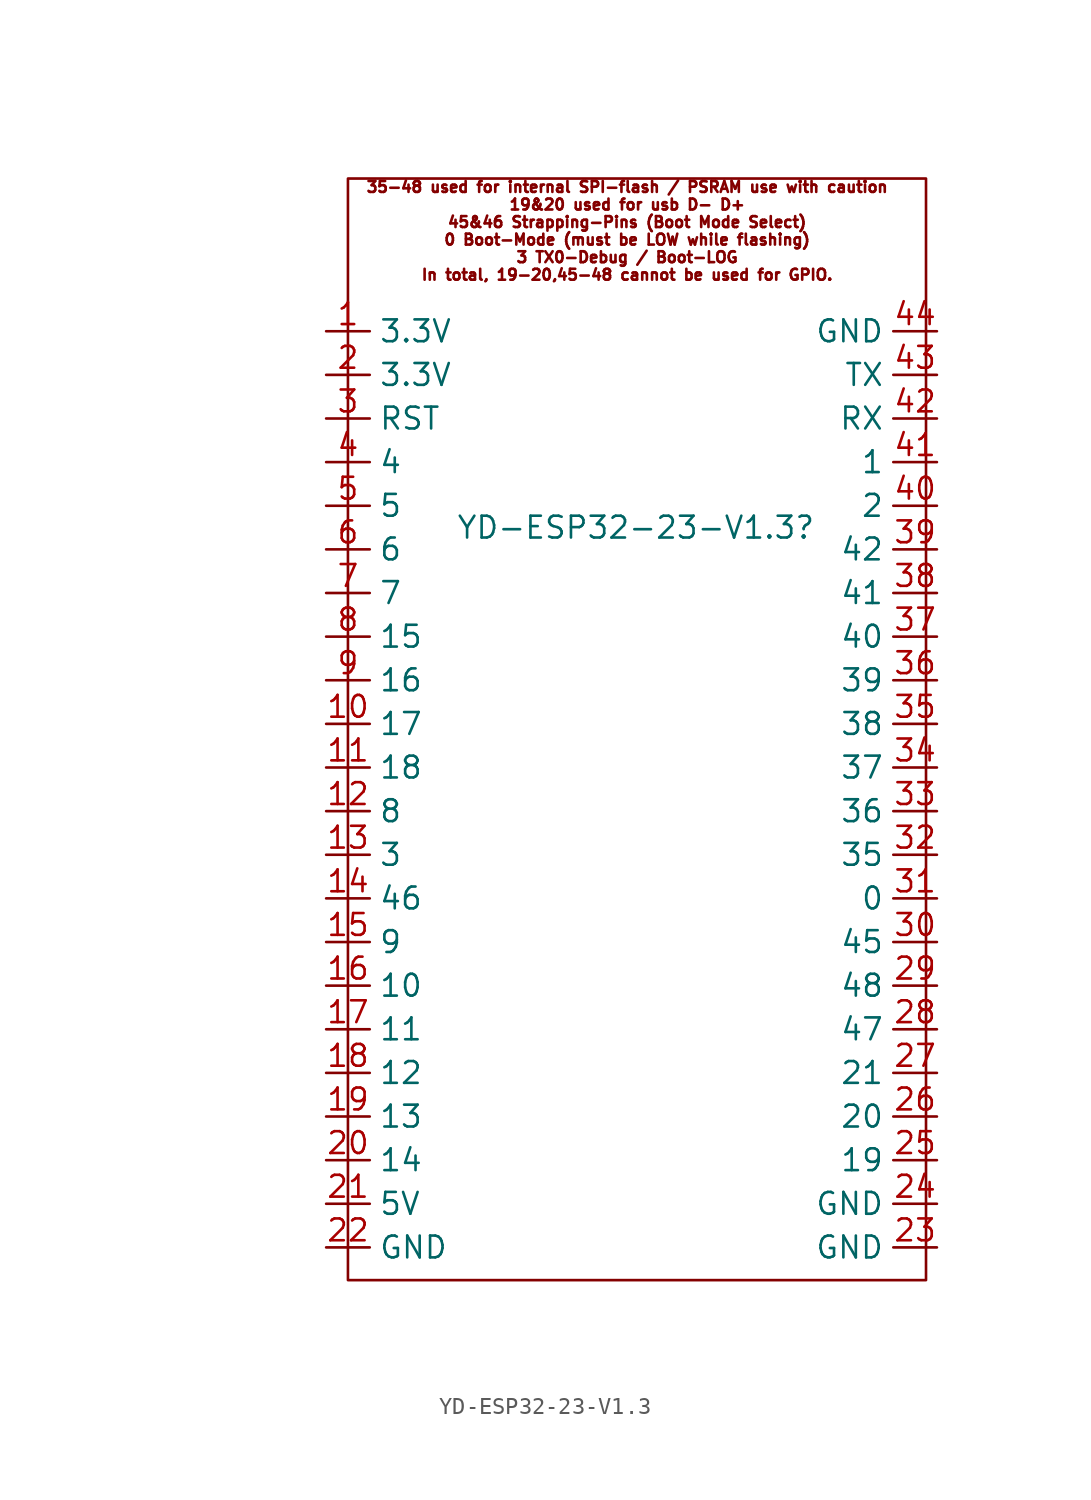
<source format=kicad_sym>
(kicad_symbol_lib
  (version 20241209)
  (generator "kicad_symbol_editor")
  (generator_version "9.0")
  (symbol "YD-ESP32-23-V1.3"
    (property "Reference" "YD-ESP32-23-V1.3"
      (at 28.194 0 0)
      (effects (font (size 1.27 1.27))))
    (property "Value" ""
      (at 0 0 0)
      (effects (font (size 1.27 1.27))))
    (symbol "YD-ESP32-23-V1.3_0_1"
      (rectangle (start 11.43 20.32) (end 45.085 -43.815) (stroke (width 0) (type default)) (fill (type none))))
    (symbol "YD-ESP32-23-V1.3_1_1"
      (text "35-48 used for internal SPI-flash / PSRAM use with caution\n19&20 used for usb D- D+\n45&46 Strapping-Pins (Boot Mode Select)\n0 Boot-Mode (must be LOW while flashing)\n3 TX0-Debug / Boot-LOG\nIn total, 19-20,45-48 cannot be used for GPIO.\n" (at 27.686 17.272 0) (effects (font (size 0.635 0.635))))
      (pin output line (at 10.16 11.43 0) (length 2.54) (name "3.3V" (effects (font (size 1.27 1.27)))) (number "1" (effects (font (size 1.27 1.27)))))
      (pin output line (at 10.16 8.89 0) (length 2.54) (name "3.3V" (effects (font (size 1.27 1.27)))) (number "2" (effects (font (size 1.27 1.27)))))
      (pin input line (at 10.16 6.35 0) (length 2.54) (name "RST" (effects (font (size 1.27 1.27)))) (number "3" (effects (font (size 1.27 1.27)))))
      (pin bidirectional line (at 10.16 3.81 0) (length 2.54) (name "4" (effects (font (size 1.27 1.27)))) (number "4" (effects (font (size 1.27 1.27)))))
      (pin bidirectional line (at 10.16 1.27 0) (length 2.54) (name "5" (effects (font (size 1.27 1.27)))) (number "5" (effects (font (size 1.27 1.27)))))
      (pin bidirectional line (at 10.16 -1.27 0) (length 2.54) (name "6" (effects (font (size 1.27 1.27)))) (number "6" (effects (font (size 1.27 1.27)))))
      (pin bidirectional line (at 10.16 -3.81 0) (length 2.54) (name "7" (effects (font (size 1.27 1.27)))) (number "7" (effects (font (size 1.27 1.27)))))
      (pin bidirectional line (at 10.16 -6.35 0) (length 2.54) (name "15" (effects (font (size 1.27 1.27)))) (number "8" (effects (font (size 1.27 1.27)))))
      (pin bidirectional line (at 10.16 -8.89 0) (length 2.54) (name "16" (effects (font (size 1.27 1.27)))) (number "9" (effects (font (size 1.27 1.27)))))
      (pin bidirectional line (at 10.16 -11.43 0) (length 2.54) (name "17" (effects (font (size 1.27 1.27)))) (number "10" (effects (font (size 1.27 1.27)))))
      (pin bidirectional line (at 10.16 -13.97 0) (length 2.54) (name "18" (effects (font (size 1.27 1.27)))) (number "11" (effects (font (size 1.27 1.27)))))
      (pin bidirectional line (at 10.16 -16.51 0) (length 2.54) (name "8" (effects (font (size 1.27 1.27)))) (number "12" (effects (font (size 1.27 1.27)))))
      (pin bidirectional line (at 10.16 -19.05 0) (length 2.54) (name "3" (effects (font (size 1.27 1.27)))) (number "13" (effects (font (size 1.27 1.27)))))
      (pin bidirectional line (at 10.16 -21.59 0) (length 2.54) (name "46" (effects (font (size 1.27 1.27)))) (number "14" (effects (font (size 1.27 1.27)))))
      (pin bidirectional line (at 10.16 -24.13 0) (length 2.54) (name "9" (effects (font (size 1.27 1.27)))) (number "15" (effects (font (size 1.27 1.27)))))
      (pin bidirectional line (at 10.16 -26.67 0) (length 2.54) (name "10" (effects (font (size 1.27 1.27)))) (number "16" (effects (font (size 1.27 1.27)))))
      (pin bidirectional line (at 10.16 -29.21 0) (length 2.54) (name "11" (effects (font (size 1.27 1.27)))) (number "17" (effects (font (size 1.27 1.27)))))
      (pin bidirectional line (at 10.16 -31.75 0) (length 2.54) (name "12" (effects (font (size 1.27 1.27)))) (number "18" (effects (font (size 1.27 1.27)))))
      (pin bidirectional line (at 10.16 -34.29 0) (length 2.54) (name "13" (effects (font (size 1.27 1.27)))) (number "19" (effects (font (size 1.27 1.27)))))
      (pin bidirectional line (at 10.16 -36.83 0) (length 2.54) (name "14" (effects (font (size 1.27 1.27)))) (number "20" (effects (font (size 1.27 1.27)))))
      (pin output line (at 10.16 -39.37 0) (length 2.54) (name "5V" (effects (font (size 1.27 1.27)))) (number "21" (effects (font (size 1.27 1.27)))))
      (pin output line (at 10.16 -41.91 0) (length 2.54) (name "GND" (effects (font (size 1.27 1.27)))) (number "22" (effects (font (size 1.27 1.27)))))
      (pin output line (at 45.72 11.43 180) (length 2.54) (name "GND" (effects (font (size 1.27 1.27)))) (number "44" (effects (font (size 1.27 1.27)))))
      (pin bidirectional line (at 45.72 8.89 180) (length 2.54) (name "TX" (effects (font (size 1.27 1.27)))) (number "43" (effects (font (size 1.27 1.27)))))
      (pin bidirectional line (at 45.72 6.35 180) (length 2.54) (name "RX" (effects (font (size 1.27 1.27)))) (number "42" (effects (font (size 1.27 1.27)))))
      (pin bidirectional line (at 45.72 3.81 180) (length 2.54) (name "1" (effects (font (size 1.27 1.27)))) (number "41" (effects (font (size 1.27 1.27)))))
      (pin bidirectional line (at 45.72 1.27 180) (length 2.54) (name "2" (effects (font (size 1.27 1.27)))) (number "40" (effects (font (size 1.27 1.27)))))
      (pin bidirectional line (at 45.72 -1.27 180) (length 2.54) (name "42" (effects (font (size 1.27 1.27)))) (number "39" (effects (font (size 1.27 1.27)))))
      (pin bidirectional line (at 45.72 -3.81 180) (length 2.54) (name "41" (effects (font (size 1.27 1.27)))) (number "38" (effects (font (size 1.27 1.27)))))
      (pin bidirectional line (at 45.72 -6.35 180) (length 2.54) (name "40" (effects (font (size 1.27 1.27)))) (number "37" (effects (font (size 1.27 1.27)))))
      (pin bidirectional line (at 45.72 -8.89 180) (length 2.54) (name "39" (effects (font (size 1.27 1.27)))) (number "36" (effects (font (size 1.27 1.27)))))
      (pin bidirectional line (at 45.72 -11.43 180) (length 2.54) (name "38" (effects (font (size 1.27 1.27)))) (number "35" (effects (font (size 1.27 1.27)))))
      (pin bidirectional line (at 45.72 -13.97 180) (length 2.54) (name "37" (effects (font (size 1.27 1.27)))) (number "34" (effects (font (size 1.27 1.27)))))
      (pin bidirectional line (at 45.72 -16.51 180) (length 2.54) (name "36" (effects (font (size 1.27 1.27)))) (number "33" (effects (font (size 1.27 1.27)))))
      (pin bidirectional line (at 45.72 -19.05 180) (length 2.54) (name "35" (effects (font (size 1.27 1.27)))) (number "32" (effects (font (size 1.27 1.27)))))
      (pin bidirectional line (at 45.72 -21.59 180) (length 2.54) (name "0" (effects (font (size 1.27 1.27)))) (number "31" (effects (font (size 1.27 1.27)))))
      (pin bidirectional line (at 45.72 -24.13 180) (length 2.54) (name "45" (effects (font (size 1.27 1.27)))) (number "30" (effects (font (size 1.27 1.27)))))
      (pin bidirectional line (at 45.72 -26.67 180) (length 2.54) (name "48" (effects (font (size 1.27 1.27)))) (number "29" (effects (font (size 1.27 1.27)))))
      (pin bidirectional line (at 45.72 -29.21 180) (length 2.54) (name "47" (effects (font (size 1.27 1.27)))) (number "28" (effects (font (size 1.27 1.27)))))
      (pin bidirectional line (at 45.72 -31.75 180) (length 2.54) (name "21" (effects (font (size 1.27 1.27)))) (number "27" (effects (font (size 1.27 1.27)))))
      (pin bidirectional line (at 45.72 -34.29 180) (length 2.54) (name "20" (effects (font (size 1.27 1.27)))) (number "26" (effects (font (size 1.27 1.27)))))
      (pin bidirectional line (at 45.72 -36.83 180) (length 2.54) (name "19" (effects (font (size 1.27 1.27)))) (number "25" (effects (font (size 1.27 1.27)))))
      (pin output line (at 45.72 -39.37 180) (length 2.54) (name "GND" (effects (font (size 1.27 1.27)))) (number "24" (effects (font (size 1.27 1.27)))))
      (pin output line (at 45.72 -41.91 180) (length 2.54) (name "GND" (effects (font (size 1.27 1.27)))) (number "23" (effects (font (size 1.27 1.27))))))))
</source>
